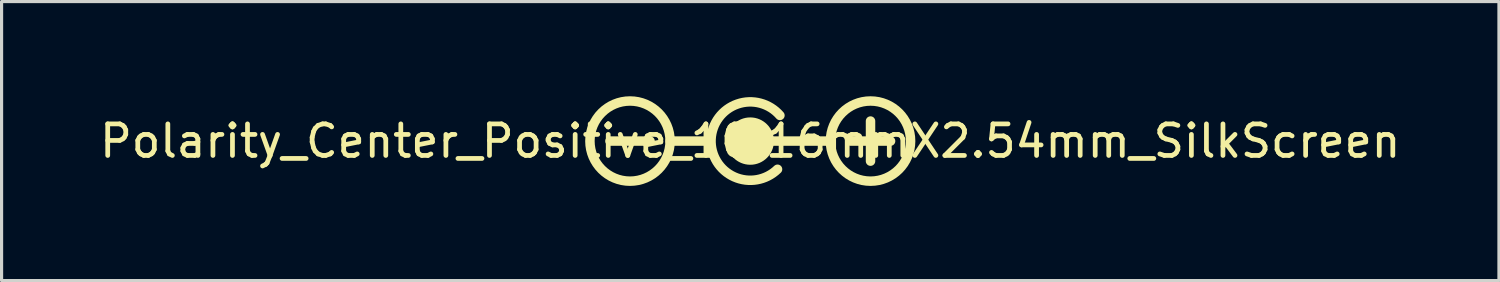
<source format=kicad_pcb>
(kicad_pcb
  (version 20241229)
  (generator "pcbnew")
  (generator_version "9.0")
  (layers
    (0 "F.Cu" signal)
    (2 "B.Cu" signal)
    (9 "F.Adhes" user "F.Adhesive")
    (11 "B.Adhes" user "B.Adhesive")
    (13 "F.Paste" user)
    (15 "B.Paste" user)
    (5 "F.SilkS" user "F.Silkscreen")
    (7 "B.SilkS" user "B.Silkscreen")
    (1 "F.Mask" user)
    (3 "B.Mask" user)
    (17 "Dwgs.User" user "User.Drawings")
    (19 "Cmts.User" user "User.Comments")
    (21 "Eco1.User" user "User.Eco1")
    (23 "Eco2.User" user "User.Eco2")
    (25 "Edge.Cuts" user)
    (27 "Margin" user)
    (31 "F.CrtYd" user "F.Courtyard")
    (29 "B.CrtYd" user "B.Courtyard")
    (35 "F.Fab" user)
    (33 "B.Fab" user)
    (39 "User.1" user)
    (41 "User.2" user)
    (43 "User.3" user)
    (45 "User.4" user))
  (footprint "Polarity_Center_Positive_10.16mmX2.54mm_SilkScreen"
    (layer "F.Cu")
    (at 20.72 1.42)
    (property "Reference" "Polarity_Center_Positive_10.16mmX2.54mm_SilkScreen" (at 0 0 0) (layer "F.SilkS") (effects (font (size 1 1) (thickness 0.15))))
    (attr exclude_from_pos_files exclude_from_bom)
    (fp_line (start -4.445 0) (end -3.175 0) (stroke (width 0.3) (type solid)) (layer "F.SilkS"))
    (fp_line (start -2.54 0) (end -1.27 0) (stroke (width 0.3) (type solid)) (layer "F.SilkS"))
    (fp_line (start 0 0) (end 0 0) (stroke (width 1.5) (type solid)) (layer "F.SilkS"))
    (fp_line (start 2.54 0) (end 0.635 0) (stroke (width 0.3) (type solid)) (layer "F.SilkS"))
    (fp_line (start 3.175 0) (end 4.445 0) (stroke (width 0.3) (type solid)) (layer "F.SilkS"))
    (fp_line (start 3.81 -0.635) (end 3.81 0.635) (stroke (width 0.3) (type solid)) (layer "F.SilkS"))
    (fp_arc (start 0.863994 0.892963) (mid -1.2413 -0.055165) (end 0.9398 -0.8128) (stroke (width 0.3) (type solid)) (layer "F.SilkS"))
    (fp_circle (center -3.81 0) (end -2.54 0) (stroke (width 0.3) (type solid)) (fill no) (layer "F.SilkS"))
    (fp_circle (center 3.81 0) (end 5.08 0) (stroke (width 0.3) (type solid)) (fill no) (layer "F.SilkS")))
  (gr_rect
    (start -3 -3)
    (end 44.44 5.84)
    (stroke (width 0.1) (type default))
    (fill no)
    (layer "Edge.Cuts")))
</source>
